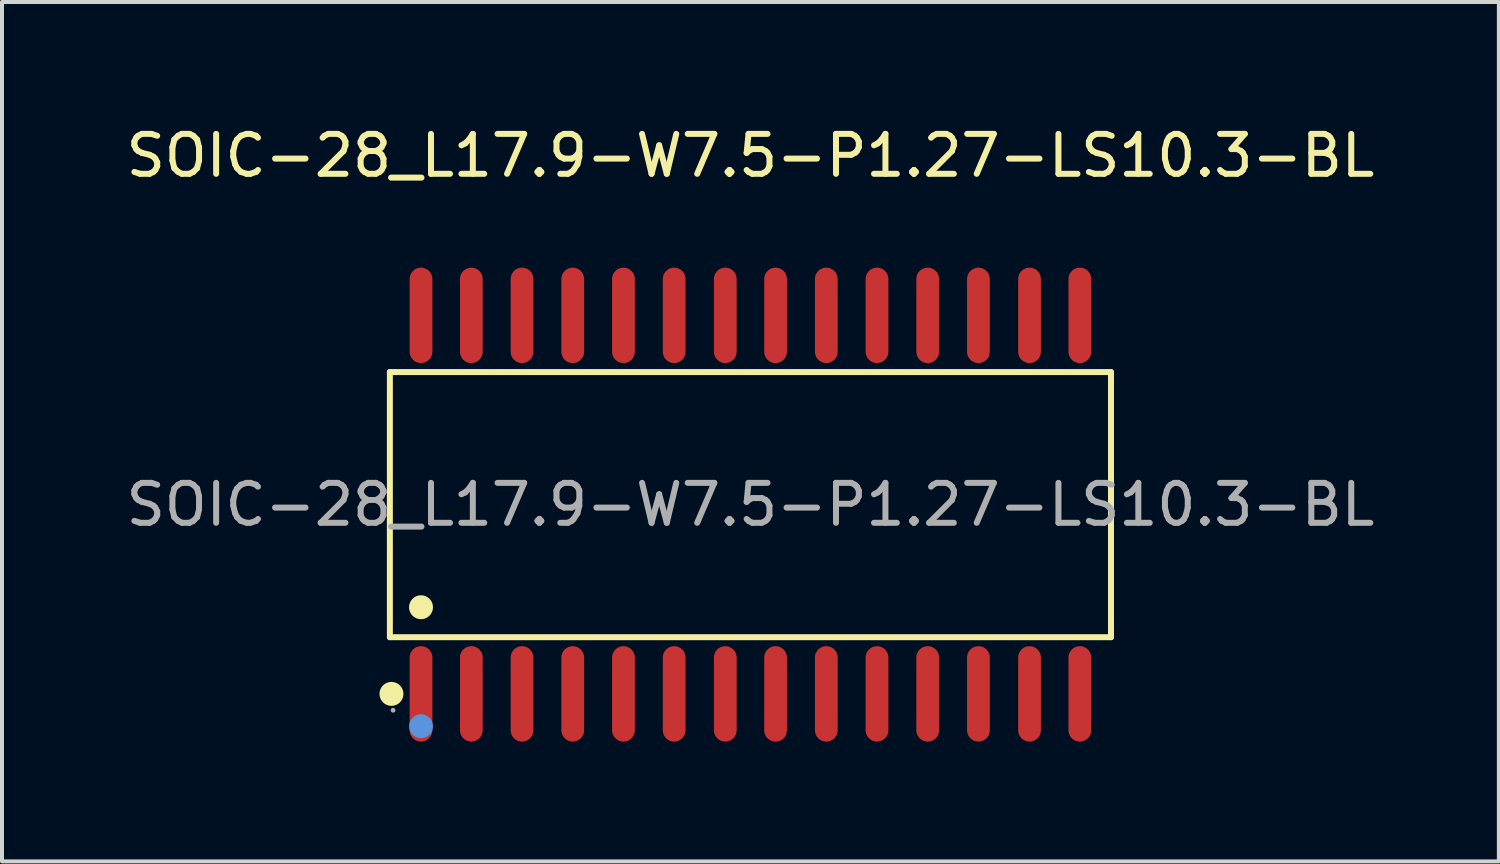
<source format=kicad_pcb>
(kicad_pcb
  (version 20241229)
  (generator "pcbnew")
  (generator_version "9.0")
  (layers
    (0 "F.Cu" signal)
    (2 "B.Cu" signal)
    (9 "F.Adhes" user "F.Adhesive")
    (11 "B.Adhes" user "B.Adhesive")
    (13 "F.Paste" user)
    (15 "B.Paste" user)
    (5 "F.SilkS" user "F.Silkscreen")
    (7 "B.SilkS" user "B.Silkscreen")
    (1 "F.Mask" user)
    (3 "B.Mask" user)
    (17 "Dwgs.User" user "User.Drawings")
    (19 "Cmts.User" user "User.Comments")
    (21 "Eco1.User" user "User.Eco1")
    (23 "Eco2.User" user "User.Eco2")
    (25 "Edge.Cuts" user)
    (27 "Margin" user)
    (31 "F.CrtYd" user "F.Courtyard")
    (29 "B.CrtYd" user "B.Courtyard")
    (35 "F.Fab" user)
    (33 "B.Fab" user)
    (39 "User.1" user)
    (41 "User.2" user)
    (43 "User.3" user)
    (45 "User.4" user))
  (footprint "SOIC-28_L17.9-W7.5-P1.27-LS10.3-BL"
    (layer "F.Cu")
    (at 15.744 9.588)
    (property "Reference" "SOIC-28_L17.9-W7.5-P1.27-LS10.3-BL" (at 0 -8.74 0) (layer "F.SilkS") (effects (font (size 1 1) (thickness 0.15))))
    (attr smd)
    (fp_line (start -9.03 -3.32) (end 9.03 -3.32) (stroke (width 0.15) (type solid)) (layer "F.SilkS"))
    (fp_line (start -9.03 3.32) (end -9.03 -3.32) (stroke (width 0.15) (type solid)) (layer "F.SilkS"))
    (fp_line (start 9.03 -3.32) (end 9.03 3.32) (stroke (width 0.15) (type solid)) (layer "F.SilkS"))
    (fp_line (start 9.03 3.32) (end -9.03 3.32) (stroke (width 0.15) (type solid)) (layer "F.SilkS"))
    (fp_circle (center -8.99 4.74) (end -8.84 4.74) (stroke (width 0.3) (type solid)) (fill no) (layer "F.SilkS"))
    (fp_circle (center -8.25 2.57) (end -8.1 2.57) (stroke (width 0.3) (type solid)) (fill no) (layer "F.SilkS"))
    (fp_circle (center -8.25 5.55) (end -8.1 5.55) (stroke (width 0.3) (type solid)) (fill no) (layer "Cmts.User"))
    (fp_circle (center -8.95 5.15) (end -8.92 5.15) (stroke (width 0.06) (type solid)) (fill no) (layer "F.Fab"))
    (fp_text user "${REFERENCE}" (at 0 0 0) (layer "F.Fab") (effects (font (size 1 1) (thickness 0.15))))
    (pad "1" smd oval (at -8.25 4.74) (size 0.57 2.39) (layers "F.Cu" "F.Mask" "F.Paste"))
    (pad "2" smd oval (at -6.99 4.74) (size 0.57 2.39) (layers "F.Cu" "F.Mask" "F.Paste"))
    (pad "3" smd oval (at -5.72 4.74) (size 0.57 2.39) (layers "F.Cu" "F.Mask" "F.Paste"))
    (pad "4" smd oval (at -4.45 4.74) (size 0.57 2.39) (layers "F.Cu" "F.Mask" "F.Paste"))
    (pad "5" smd oval (at -3.18 4.74) (size 0.57 2.39) (layers "F.Cu" "F.Mask" "F.Paste"))
    (pad "6" smd oval (at -1.91 4.74) (size 0.57 2.39) (layers "F.Cu" "F.Mask" "F.Paste"))
    (pad "7" smd oval (at -0.63 4.74) (size 0.57 2.39) (layers "F.Cu" "F.Mask" "F.Paste"))
    (pad "8" smd oval (at 0.63 4.74) (size 0.57 2.39) (layers "F.Cu" "F.Mask" "F.Paste"))
    (pad "9" smd oval (at 1.9 4.74) (size 0.57 2.39) (layers "F.Cu" "F.Mask" "F.Paste"))
    (pad "10" smd oval (at 3.17 4.74) (size 0.57 2.39) (layers "F.Cu" "F.Mask" "F.Paste"))
    (pad "11" smd oval (at 4.44 4.74) (size 0.57 2.39) (layers "F.Cu" "F.Mask" "F.Paste"))
    (pad "12" smd oval (at 5.71 4.74) (size 0.57 2.39) (layers "F.Cu" "F.Mask" "F.Paste"))
    (pad "13" smd oval (at 6.99 4.74) (size 0.57 2.39) (layers "F.Cu" "F.Mask" "F.Paste"))
    (pad "14" smd oval (at 8.25 4.74) (size 0.57 2.39) (layers "F.Cu" "F.Mask" "F.Paste"))
    (pad "15" smd oval (at 8.25 -4.74) (size 0.57 2.39) (layers "F.Cu" "F.Mask" "F.Paste"))
    (pad "16" smd oval (at 6.99 -4.74) (size 0.57 2.39) (layers "F.Cu" "F.Mask" "F.Paste"))
    (pad "17" smd oval (at 5.71 -4.74) (size 0.57 2.39) (layers "F.Cu" "F.Mask" "F.Paste"))
    (pad "18" smd oval (at 4.44 -4.74) (size 0.57 2.39) (layers "F.Cu" "F.Mask" "F.Paste"))
    (pad "19" smd oval (at 3.17 -4.74) (size 0.57 2.39) (layers "F.Cu" "F.Mask" "F.Paste"))
    (pad "20" smd oval (at 1.9 -4.74) (size 0.57 2.39) (layers "F.Cu" "F.Mask" "F.Paste"))
    (pad "21" smd oval (at 0.63 -4.74) (size 0.57 2.39) (layers "F.Cu" "F.Mask" "F.Paste"))
    (pad "22" smd oval (at -0.63 -4.74) (size 0.57 2.39) (layers "F.Cu" "F.Mask" "F.Paste"))
    (pad "23" smd oval (at -1.91 -4.74) (size 0.57 2.39) (layers "F.Cu" "F.Mask" "F.Paste"))
    (pad "24" smd oval (at -3.18 -4.74) (size 0.57 2.39) (layers "F.Cu" "F.Mask" "F.Paste"))
    (pad "25" smd oval (at -4.45 -4.74) (size 0.57 2.39) (layers "F.Cu" "F.Mask" "F.Paste"))
    (pad "26" smd oval (at -5.72 -4.74) (size 0.57 2.39) (layers "F.Cu" "F.Mask" "F.Paste"))
    (pad "27" smd oval (at -6.99 -4.74) (size 0.57 2.39) (layers "F.Cu" "F.Mask" "F.Paste"))
    (pad "28" smd oval (at -8.25 -4.74) (size 0.57 2.39) (layers "F.Cu" "F.Mask" "F.Paste")))
  (gr_rect
    (start -3 -3)
    (end 34.488 18.523)
    (stroke (width 0.1) (type default))
    (fill no)
    (layer "Edge.Cuts")))
</source>
